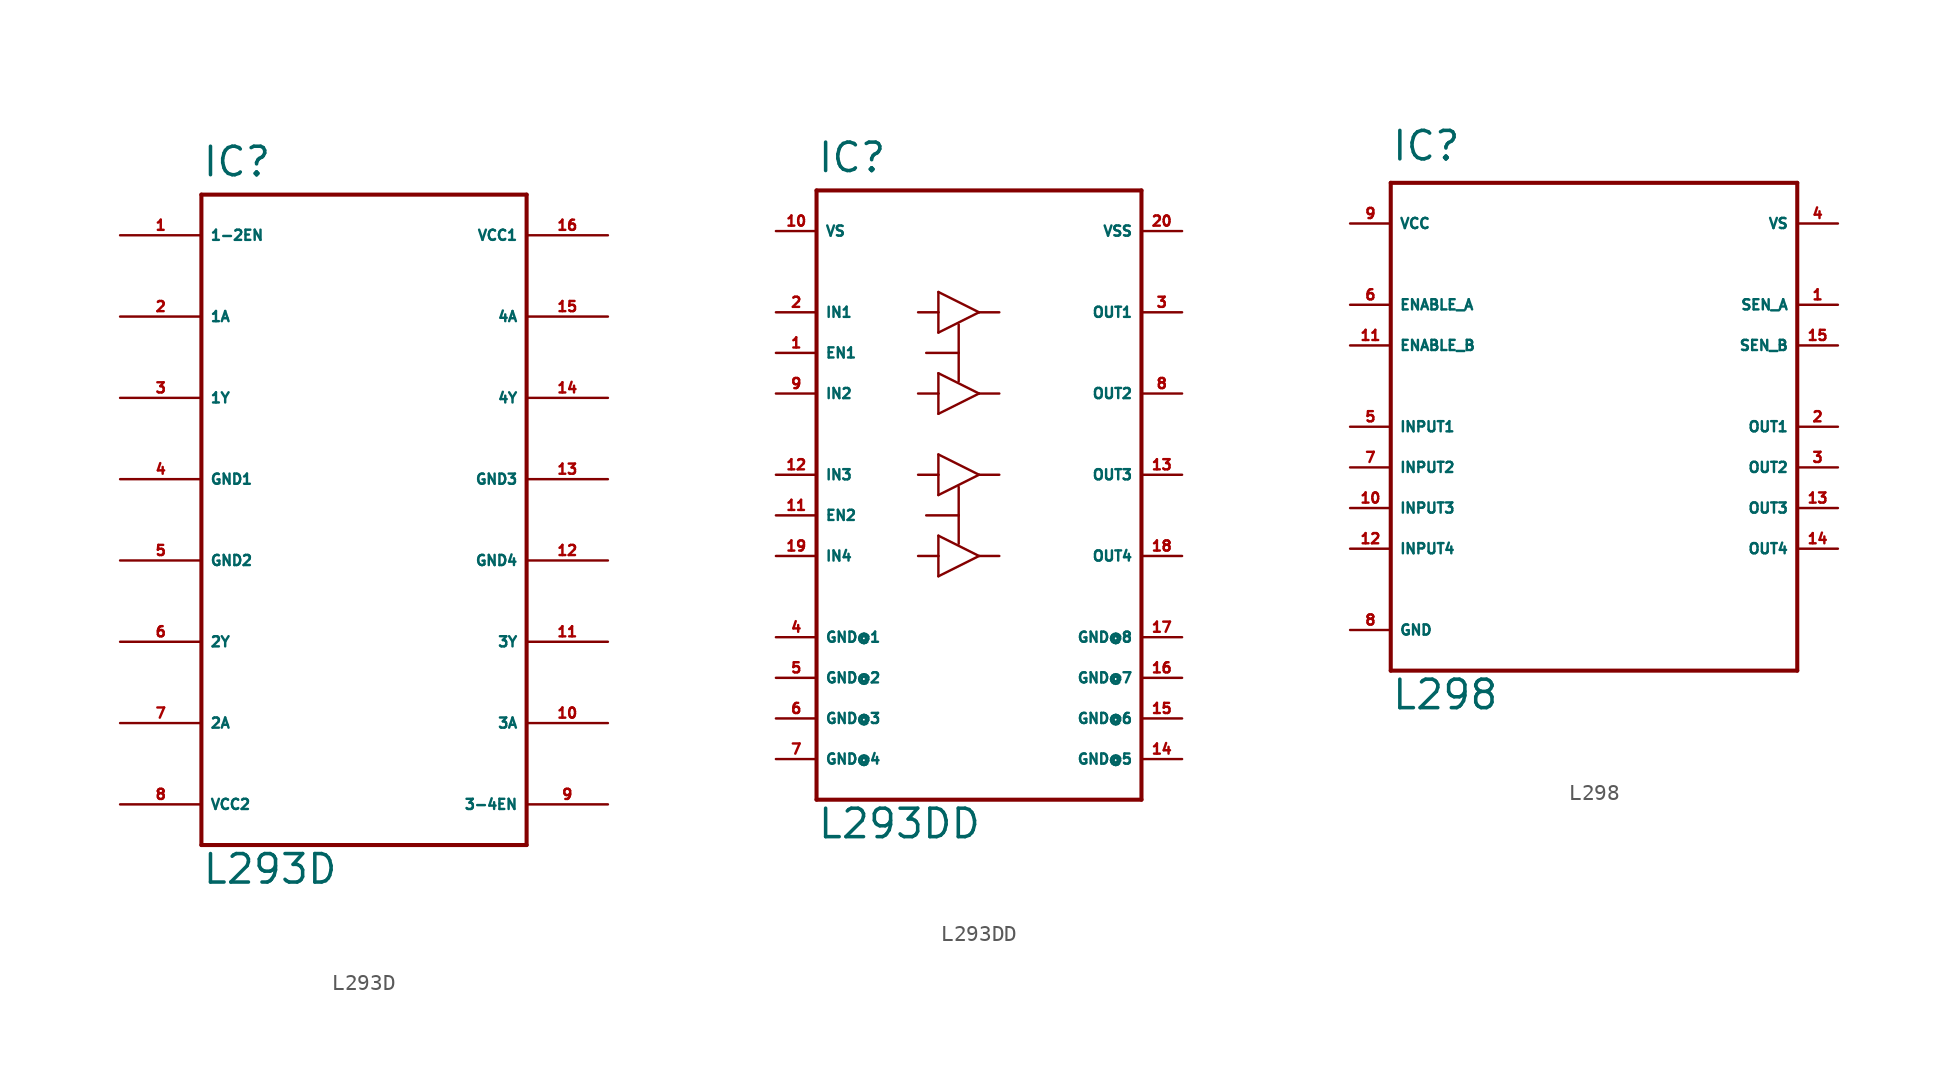
<source format=kicad_sym>
(kicad_symbol_lib
  (version 20220914)
  (generator Eagle2Kicad)
  (symbol "L293D"
    (property "Reference" "IC"
      (at -10.16 21.336 0)
      (effects (font (size 1.778 1.778) (thickness 0.22)) (justify left bottom)))
    (property "Value" "L293D"
      (at -10.16 -22.86 0)
      (effects (font (size 1.778 1.778) (thickness 0.22)) (justify left bottom)))
    (polyline
      (pts (xy -10.16 20.32) (xy -10.16 -20.32))
      (stroke (width 0.254) (type default))
      (fill (type none)))
    (polyline
      (pts (xy -10.16 -20.32) (xy 10.16 -20.32))
      (stroke (width 0.254) (type default))
      (fill (type none)))
    (polyline
      (pts (xy 10.16 -20.32) (xy 10.16 20.32))
      (stroke (width 0.254) (type default))
      (fill (type none)))
    (polyline
      (pts (xy 10.16 20.32) (xy -10.16 20.32))
      (stroke (width 0.254) (type default))
      (fill (type none)))
    (pin input line
      (at -15.24 17.78 0)
      (length 5.08)
      (name "1-2EN" (effects (font (size 0.635 0.635) (thickness 0.08)) (justify left bottom)))
      (number "1" (effects (font (size 0.635 0.635) (thickness 0.08)) (justify left bottom))))
    (pin input line
      (at -15.24 12.7 0)
      (length 5.08)
      (name "1A" (effects (font (size 0.635 0.635) (thickness 0.08)) (justify left bottom)))
      (number "2" (effects (font (size 0.635 0.635) (thickness 0.08)) (justify left bottom))))
    (pin output line
      (at -15.24 7.62 0)
      (length 5.08)
      (name "1Y" (effects (font (size 0.635 0.635) (thickness 0.08)) (justify left bottom)))
      (number "3" (effects (font (size 0.635 0.635) (thickness 0.08)) (justify left bottom))))
    (pin unspecified line
      (at -15.24 2.54 0)
      (length 5.08)
      (name "GND1" (effects (font (size 0.635 0.635) (thickness 0.08)) (justify left bottom)))
      (number "4" (effects (font (size 0.635 0.635) (thickness 0.08)) (justify left bottom))))
    (pin unspecified line
      (at -15.24 -2.54 0)
      (length 5.08)
      (name "GND2" (effects (font (size 0.635 0.635) (thickness 0.08)) (justify left bottom)))
      (number "5" (effects (font (size 0.635 0.635) (thickness 0.08)) (justify left bottom))))
    (pin output line
      (at -15.24 -7.62 0)
      (length 5.08)
      (name "2Y" (effects (font (size 0.635 0.635) (thickness 0.08)) (justify left bottom)))
      (number "6" (effects (font (size 0.635 0.635) (thickness 0.08)) (justify left bottom))))
    (pin input line
      (at -15.24 -12.7 0)
      (length 5.08)
      (name "2A" (effects (font (size 0.635 0.635) (thickness 0.08)) (justify left bottom)))
      (number "7" (effects (font (size 0.635 0.635) (thickness 0.08)) (justify left bottom))))
    (pin unspecified line
      (at -15.24 -17.78 0)
      (length 5.08)
      (name "VCC2" (effects (font (size 0.635 0.635) (thickness 0.08)) (justify left bottom)))
      (number "8" (effects (font (size 0.635 0.635) (thickness 0.08)) (justify left bottom))))
    (pin unspecified line
      (at 15.24 17.78 180)
      (length 5.08)
      (name "VCC1" (effects (font (size 0.635 0.635) (thickness 0.08)) (justify left bottom)))
      (number "16" (effects (font (size 0.635 0.635) (thickness 0.08)) (justify left bottom))))
    (pin input line
      (at 15.24 12.7 180)
      (length 5.08)
      (name "4A" (effects (font (size 0.635 0.635) (thickness 0.08)) (justify left bottom)))
      (number "15" (effects (font (size 0.635 0.635) (thickness 0.08)) (justify left bottom))))
    (pin output line
      (at 15.24 7.62 180)
      (length 5.08)
      (name "4Y" (effects (font (size 0.635 0.635) (thickness 0.08)) (justify left bottom)))
      (number "14" (effects (font (size 0.635 0.635) (thickness 0.08)) (justify left bottom))))
    (pin unspecified line
      (at 15.24 2.54 180)
      (length 5.08)
      (name "GND3" (effects (font (size 0.635 0.635) (thickness 0.08)) (justify left bottom)))
      (number "13" (effects (font (size 0.635 0.635) (thickness 0.08)) (justify left bottom))))
    (pin unspecified line
      (at 15.24 -2.54 180)
      (length 5.08)
      (name "GND4" (effects (font (size 0.635 0.635) (thickness 0.08)) (justify left bottom)))
      (number "12" (effects (font (size 0.635 0.635) (thickness 0.08)) (justify left bottom))))
    (pin output line
      (at 15.24 -7.62 180)
      (length 5.08)
      (name "3Y" (effects (font (size 0.635 0.635) (thickness 0.08)) (justify left bottom)))
      (number "11" (effects (font (size 0.635 0.635) (thickness 0.08)) (justify left bottom))))
    (pin input line
      (at 15.24 -12.7 180)
      (length 5.08)
      (name "3A" (effects (font (size 0.635 0.635) (thickness 0.08)) (justify left bottom)))
      (number "10" (effects (font (size 0.635 0.635) (thickness 0.08)) (justify left bottom))))
    (pin input line
      (at 15.24 -17.78 180)
      (length 5.08)
      (name "3-4EN" (effects (font (size 0.635 0.635) (thickness 0.08)) (justify left bottom)))
      (number "9" (effects (font (size 0.635 0.635) (thickness 0.08)) (justify left bottom)))))
  (symbol "L293DD"
    (property "Reference" "IC"
      (at -10.16 18.796 0)
      (effects (font (size 1.778 1.778) (thickness 0.22)) (justify left bottom)))
    (property "Value" "L293DD"
      (at -10.16 -22.86 0)
      (effects (font (size 1.778 1.778) (thickness 0.22)) (justify left bottom)))
    (polyline
      (pts (xy -10.16 17.78) (xy -10.16 -20.32))
      (stroke (width 0.254) (type default))
      (fill (type none)))
    (polyline
      (pts (xy -10.16 -20.32) (xy 10.16 -20.32))
      (stroke (width 0.254) (type default))
      (fill (type none)))
    (polyline
      (pts (xy 10.16 -20.32) (xy 10.16 17.78))
      (stroke (width 0.254) (type default))
      (fill (type none)))
    (polyline
      (pts (xy 10.16 17.78) (xy -10.16 17.78))
      (stroke (width 0.254) (type default))
      (fill (type none)))
    (polyline
      (pts (xy -3.81 0) (xy -2.54 0))
      (stroke (width 0.152) (type default))
      (fill (type none)))
    (polyline
      (pts (xy -2.54 0) (xy -2.54 -1.27))
      (stroke (width 0.152) (type default))
      (fill (type none)))
    (polyline
      (pts (xy -2.54 -1.27) (xy 0 0))
      (stroke (width 0.152) (type default))
      (fill (type none)))
    (polyline
      (pts (xy 0 0) (xy -2.54 1.27))
      (stroke (width 0.152) (type default))
      (fill (type none)))
    (polyline
      (pts (xy -2.54 1.27) (xy -2.54 0))
      (stroke (width 0.152) (type default))
      (fill (type none)))
    (polyline
      (pts (xy -3.81 -5.08) (xy -2.54 -5.08))
      (stroke (width 0.152) (type default))
      (fill (type none)))
    (polyline
      (pts (xy -2.54 -5.08) (xy -2.54 -3.81))
      (stroke (width 0.152) (type default))
      (fill (type none)))
    (polyline
      (pts (xy -2.54 -3.81) (xy 0 -5.08))
      (stroke (width 0.152) (type default))
      (fill (type none)))
    (polyline
      (pts (xy 0 -5.08) (xy -2.54 -6.35))
      (stroke (width 0.152) (type default))
      (fill (type none)))
    (polyline
      (pts (xy -2.54 -6.35) (xy -2.54 -5.08))
      (stroke (width 0.152) (type default))
      (fill (type none)))
    (polyline
      (pts (xy -3.302 -2.54) (xy -1.27 -2.54))
      (stroke (width 0.152) (type default))
      (fill (type none)))
    (polyline
      (pts (xy -1.27 -2.54) (xy -1.27 -0.762))
      (stroke (width 0.152) (type default))
      (fill (type none)))
    (polyline
      (pts (xy -1.27 -2.54) (xy -1.27 -4.318))
      (stroke (width 0.152) (type default))
      (fill (type none)))
    (polyline
      (pts (xy 0 -5.08) (xy 1.27 -5.08))
      (stroke (width 0.152) (type default))
      (fill (type none)))
    (polyline
      (pts (xy 0 0) (xy 1.27 0))
      (stroke (width 0.152) (type default))
      (fill (type none)))
    (polyline
      (pts (xy -3.81 10.16) (xy -2.54 10.16))
      (stroke (width 0.152) (type default))
      (fill (type none)))
    (polyline
      (pts (xy -2.54 10.16) (xy -2.54 8.89))
      (stroke (width 0.152) (type default))
      (fill (type none)))
    (polyline
      (pts (xy -2.54 8.89) (xy 0 10.16))
      (stroke (width 0.152) (type default))
      (fill (type none)))
    (polyline
      (pts (xy 0 10.16) (xy -2.54 11.43))
      (stroke (width 0.152) (type default))
      (fill (type none)))
    (polyline
      (pts (xy -2.54 11.43) (xy -2.54 10.16))
      (stroke (width 0.152) (type default))
      (fill (type none)))
    (polyline
      (pts (xy -3.81 5.08) (xy -2.54 5.08))
      (stroke (width 0.152) (type default))
      (fill (type none)))
    (polyline
      (pts (xy -2.54 5.08) (xy -2.54 6.35))
      (stroke (width 0.152) (type default))
      (fill (type none)))
    (polyline
      (pts (xy -2.54 6.35) (xy 0 5.08))
      (stroke (width 0.152) (type default))
      (fill (type none)))
    (polyline
      (pts (xy 0 5.08) (xy -2.54 3.81))
      (stroke (width 0.152) (type default))
      (fill (type none)))
    (polyline
      (pts (xy -2.54 3.81) (xy -2.54 5.08))
      (stroke (width 0.152) (type default))
      (fill (type none)))
    (polyline
      (pts (xy -3.302 7.62) (xy -1.27 7.62))
      (stroke (width 0.152) (type default))
      (fill (type none)))
    (polyline
      (pts (xy -1.27 7.62) (xy -1.27 9.398))
      (stroke (width 0.152) (type default))
      (fill (type none)))
    (polyline
      (pts (xy -1.27 7.62) (xy -1.27 5.842))
      (stroke (width 0.152) (type default))
      (fill (type none)))
    (polyline
      (pts (xy 0 5.08) (xy 1.27 5.08))
      (stroke (width 0.152) (type default))
      (fill (type none)))
    (polyline
      (pts (xy 0 10.16) (xy 1.27 10.16))
      (stroke (width 0.152) (type default))
      (fill (type none)))
    (pin input line
      (at -12.7 7.62 0)
      (length 2.54)
      (name "EN1" (effects (font (size 0.635 0.635) (thickness 0.08)) (justify left bottom)))
      (number "1" (effects (font (size 0.635 0.635) (thickness 0.08)) (justify left bottom))))
    (pin input line
      (at -12.7 10.16 0)
      (length 2.54)
      (name "IN1" (effects (font (size 0.635 0.635) (thickness 0.08)) (justify left bottom)))
      (number "2" (effects (font (size 0.635 0.635) (thickness 0.08)) (justify left bottom))))
    (pin output line
      (at 12.7 10.16 180)
      (length 2.54)
      (name "OUT1" (effects (font (size 0.635 0.635) (thickness 0.08)) (justify left bottom)))
      (number "3" (effects (font (size 0.635 0.635) (thickness 0.08)) (justify left bottom))))
    (pin unspecified line
      (at -12.7 -10.16 0)
      (length 2.54)
      (name "GND@1" (effects (font (size 0.635 0.635) (thickness 0.08)) (justify left bottom)))
      (number "4" (effects (font (size 0.635 0.635) (thickness 0.08)) (justify left bottom))))
    (pin unspecified line
      (at -12.7 -12.7 0)
      (length 2.54)
      (name "GND@2" (effects (font (size 0.635 0.635) (thickness 0.08)) (justify left bottom)))
      (number "5" (effects (font (size 0.635 0.635) (thickness 0.08)) (justify left bottom))))
    (pin output line
      (at 12.7 5.08 180)
      (length 2.54)
      (name "OUT2" (effects (font (size 0.635 0.635) (thickness 0.08)) (justify left bottom)))
      (number "8" (effects (font (size 0.635 0.635) (thickness 0.08)) (justify left bottom))))
    (pin input line
      (at -12.7 5.08 0)
      (length 2.54)
      (name "IN2" (effects (font (size 0.635 0.635) (thickness 0.08)) (justify left bottom)))
      (number "9" (effects (font (size 0.635 0.635) (thickness 0.08)) (justify left bottom))))
    (pin unspecified line
      (at 12.7 15.24 180)
      (length 2.54)
      (name "VSS" (effects (font (size 0.635 0.635) (thickness 0.08)) (justify left bottom)))
      (number "20" (effects (font (size 0.635 0.635) (thickness 0.08)) (justify left bottom))))
    (pin unspecified line
      (at -12.7 15.24 0)
      (length 2.54)
      (name "VS" (effects (font (size 0.635 0.635) (thickness 0.08)) (justify left bottom)))
      (number "10" (effects (font (size 0.635 0.635) (thickness 0.08)) (justify left bottom))))
    (pin input line
      (at -12.7 0 0)
      (length 2.54)
      (name "IN3" (effects (font (size 0.635 0.635) (thickness 0.08)) (justify left bottom)))
      (number "12" (effects (font (size 0.635 0.635) (thickness 0.08)) (justify left bottom))))
    (pin output line
      (at 12.7 -5.08 180)
      (length 2.54)
      (name "OUT4" (effects (font (size 0.635 0.635) (thickness 0.08)) (justify left bottom)))
      (number "18" (effects (font (size 0.635 0.635) (thickness 0.08)) (justify left bottom))))
    (pin unspecified line
      (at -12.7 -15.24 0)
      (length 2.54)
      (name "GND@3" (effects (font (size 0.635 0.635) (thickness 0.08)) (justify left bottom)))
      (number "6" (effects (font (size 0.635 0.635) (thickness 0.08)) (justify left bottom))))
    (pin unspecified line
      (at -12.7 -17.78 0)
      (length 2.54)
      (name "GND@4" (effects (font (size 0.635 0.635) (thickness 0.08)) (justify left bottom)))
      (number "7" (effects (font (size 0.635 0.635) (thickness 0.08)) (justify left bottom))))
    (pin output line
      (at 12.7 0 180)
      (length 2.54)
      (name "OUT3" (effects (font (size 0.635 0.635) (thickness 0.08)) (justify left bottom)))
      (number "13" (effects (font (size 0.635 0.635) (thickness 0.08)) (justify left bottom))))
    (pin input line
      (at -12.7 -5.08 0)
      (length 2.54)
      (name "IN4" (effects (font (size 0.635 0.635) (thickness 0.08)) (justify left bottom)))
      (number "19" (effects (font (size 0.635 0.635) (thickness 0.08)) (justify left bottom))))
    (pin input line
      (at -12.7 -2.54 0)
      (length 2.54)
      (name "EN2" (effects (font (size 0.635 0.635) (thickness 0.08)) (justify left bottom)))
      (number "11" (effects (font (size 0.635 0.635) (thickness 0.08)) (justify left bottom))))
    (pin unspecified line
      (at 12.7 -17.78 180)
      (length 2.54)
      (name "GND@5" (effects (font (size 0.635 0.635) (thickness 0.08)) (justify left bottom)))
      (number "14" (effects (font (size 0.635 0.635) (thickness 0.08)) (justify left bottom))))
    (pin unspecified line
      (at 12.7 -15.24 180)
      (length 2.54)
      (name "GND@6" (effects (font (size 0.635 0.635) (thickness 0.08)) (justify left bottom)))
      (number "15" (effects (font (size 0.635 0.635) (thickness 0.08)) (justify left bottom))))
    (pin unspecified line
      (at 12.7 -12.7 180)
      (length 2.54)
      (name "GND@7" (effects (font (size 0.635 0.635) (thickness 0.08)) (justify left bottom)))
      (number "16" (effects (font (size 0.635 0.635) (thickness 0.08)) (justify left bottom))))
    (pin unspecified line
      (at 12.7 -10.16 180)
      (length 2.54)
      (name "GND@8" (effects (font (size 0.635 0.635) (thickness 0.08)) (justify left bottom)))
      (number "17" (effects (font (size 0.635 0.635) (thickness 0.08)) (justify left bottom)))))
  (symbol "L298"
    (property "Reference" "IC"
      (at -12.7 19.05 0)
      (effects (font (size 1.778 1.778) (thickness 0.22)) (justify left bottom)))
    (property "Value" "L298"
      (at -12.7 -15.24 0)
      (effects (font (size 1.778 1.778) (thickness 0.22)) (justify left bottom)))
    (polyline
      (pts (xy -12.7 17.78) (xy 12.7 17.78))
      (stroke (width 0.254) (type default))
      (fill (type none)))
    (polyline
      (pts (xy 12.7 17.78) (xy 12.7 -12.7))
      (stroke (width 0.254) (type default))
      (fill (type none)))
    (polyline
      (pts (xy 12.7 -12.7) (xy -12.7 -12.7))
      (stroke (width 0.254) (type default))
      (fill (type none)))
    (polyline
      (pts (xy -12.7 -12.7) (xy -12.7 17.78))
      (stroke (width 0.254) (type default))
      (fill (type none)))
    (pin input line
      (at 15.24 7.62 180)
      (length 2.54)
      (name "SEN_B" (effects (font (size 0.635 0.635) (thickness 0.08)) (justify left bottom)))
      (number "15" (effects (font (size 0.635 0.635) (thickness 0.08)) (justify left bottom))))
    (pin output line
      (at 15.24 -5.08 180)
      (length 2.54)
      (name "OUT4" (effects (font (size 0.635 0.635) (thickness 0.08)) (justify left bottom)))
      (number "14" (effects (font (size 0.635 0.635) (thickness 0.08)) (justify left bottom))))
    (pin output line
      (at 15.24 -2.54 180)
      (length 2.54)
      (name "OUT3" (effects (font (size 0.635 0.635) (thickness 0.08)) (justify left bottom)))
      (number "13" (effects (font (size 0.635 0.635) (thickness 0.08)) (justify left bottom))))
    (pin input line
      (at -15.24 -5.08 0)
      (length 2.54)
      (name "INPUT4" (effects (font (size 0.635 0.635) (thickness 0.08)) (justify left bottom)))
      (number "12" (effects (font (size 0.635 0.635) (thickness 0.08)) (justify left bottom))))
    (pin input line
      (at -15.24 7.62 0)
      (length 2.54)
      (name "ENABLE_B" (effects (font (size 0.635 0.635) (thickness 0.08)) (justify left bottom)))
      (number "11" (effects (font (size 0.635 0.635) (thickness 0.08)) (justify left bottom))))
    (pin input line
      (at -15.24 -2.54 0)
      (length 2.54)
      (name "INPUT3" (effects (font (size 0.635 0.635) (thickness 0.08)) (justify left bottom)))
      (number "10" (effects (font (size 0.635 0.635) (thickness 0.08)) (justify left bottom))))
    (pin unspecified line
      (at -15.24 15.24 0)
      (length 2.54)
      (name "VCC" (effects (font (size 0.635 0.635) (thickness 0.08)) (justify left bottom)))
      (number "9" (effects (font (size 0.635 0.635) (thickness 0.08)) (justify left bottom))))
    (pin unspecified line
      (at -15.24 -10.16 0)
      (length 2.54)
      (name "GND" (effects (font (size 0.635 0.635) (thickness 0.08)) (justify left bottom)))
      (number "8" (effects (font (size 0.635 0.635) (thickness 0.08)) (justify left bottom))))
    (pin input line
      (at -15.24 0 0)
      (length 2.54)
      (name "INPUT2" (effects (font (size 0.635 0.635) (thickness 0.08)) (justify left bottom)))
      (number "7" (effects (font (size 0.635 0.635) (thickness 0.08)) (justify left bottom))))
    (pin input line
      (at -15.24 10.16 0)
      (length 2.54)
      (name "ENABLE_A" (effects (font (size 0.635 0.635) (thickness 0.08)) (justify left bottom)))
      (number "6" (effects (font (size 0.635 0.635) (thickness 0.08)) (justify left bottom))))
    (pin input line
      (at -15.24 2.54 0)
      (length 2.54)
      (name "INPUT1" (effects (font (size 0.635 0.635) (thickness 0.08)) (justify left bottom)))
      (number "5" (effects (font (size 0.635 0.635) (thickness 0.08)) (justify left bottom))))
    (pin unspecified line
      (at 15.24 15.24 180)
      (length 2.54)
      (name "VS" (effects (font (size 0.635 0.635) (thickness 0.08)) (justify left bottom)))
      (number "4" (effects (font (size 0.635 0.635) (thickness 0.08)) (justify left bottom))))
    (pin output line
      (at 15.24 0 180)
      (length 2.54)
      (name "OUT2" (effects (font (size 0.635 0.635) (thickness 0.08)) (justify left bottom)))
      (number "3" (effects (font (size 0.635 0.635) (thickness 0.08)) (justify left bottom))))
    (pin output line
      (at 15.24 2.54 180)
      (length 2.54)
      (name "OUT1" (effects (font (size 0.635 0.635) (thickness 0.08)) (justify left bottom)))
      (number "2" (effects (font (size 0.635 0.635) (thickness 0.08)) (justify left bottom))))
    (pin input line
      (at 15.24 10.16 180)
      (length 2.54)
      (name "SEN_A" (effects (font (size 0.635 0.635) (thickness 0.08)) (justify left bottom)))
      (number "1" (effects (font (size 0.635 0.635) (thickness 0.08)) (justify left bottom))))))
</source>
